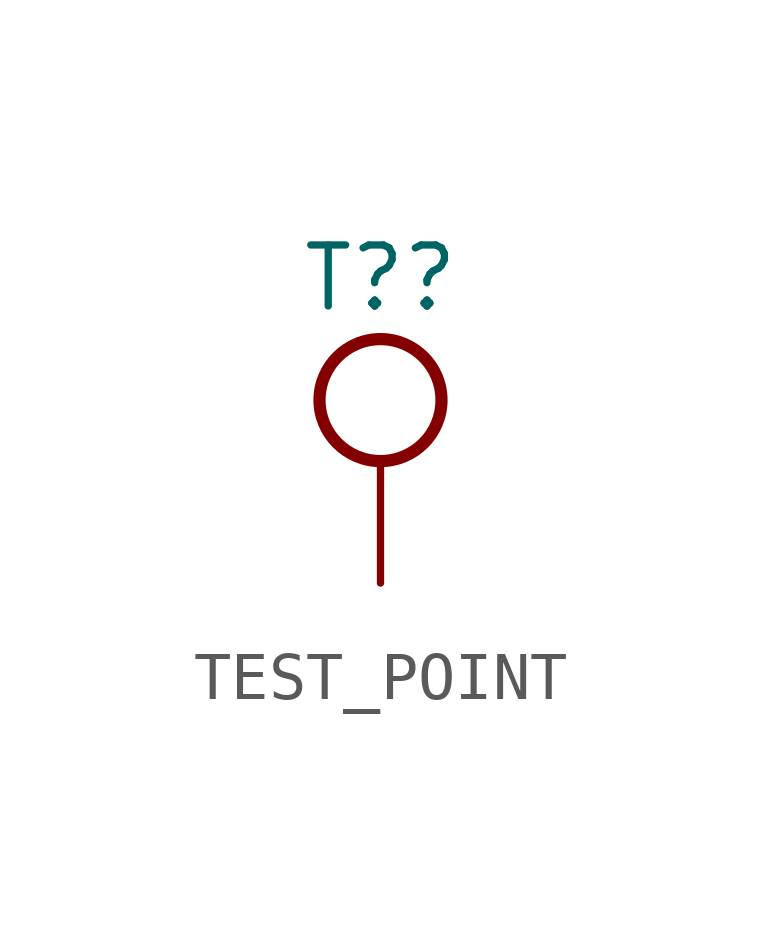
<source format=kicad_sym>
(kicad_symbol_lib
  (version 20211014)
  (generator kicad_symbol_editor)
  (symbol "TEST_POINT"
    (property "Reference" "T?"
      (at 0 0 0)
      (effects (font (size 1.27 1.27))))
    (symbol "TEST_POINT_1_0"
      (circle (center 0 -2.54) (radius 1.27) (stroke (width 0.254) (type default) (color 0 0 0 0)) (fill (type none)))
      (pin passive line (at 0 -6.35 90) (length 2.54) (name "TP" (effects (font (size 0 0)))) (number "1" (effects (font (size 0 0))))))))
</source>
